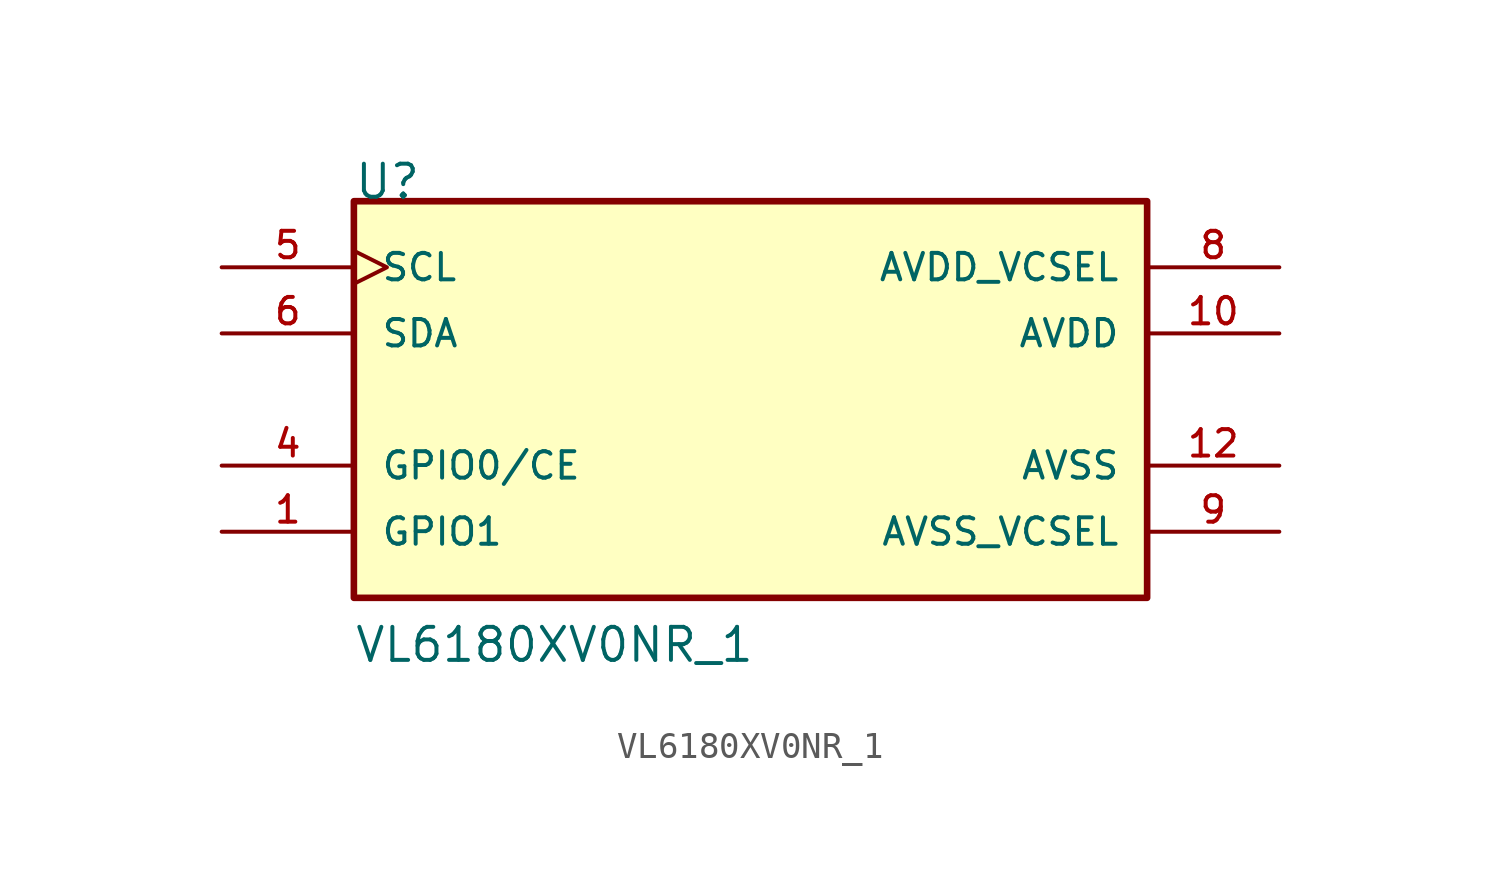
<source format=kicad_sym>
(kicad_symbol_lib
  (version 20220914)
  (generator kicad_symbol_editor)
  (symbol "VL6180XV0NR_1"
    (pin_names
      (offset 1.016))
    (property "Reference" "U"
      (at -15.257 7.628 0)
      (effects (font (size 1.27 1.27)) (justify left bottom)))
    (property "Value" "VL6180XV0NR_1"
      (at -15.252 -10.168 0)
      (effects (font (size 1.27 1.27)) (justify left bottom)))
    (symbol "VL6180XV0NR_1_0_0"
      (rectangle (start -15.24 -7.62) (end 15.24 7.62) (stroke (width 0.254) (type default)) (fill (type background)))
      (pin bidirectional line (at -20.32 -5.08 0) (length 5.08) (name "GPIO1" (effects (font (size 1.016 1.016)))) (number "1" (effects (font (size 1.016 1.016)))))
      (pin power_in line (at 20.32 2.54 180) (length 5.08) (name "AVDD" (effects (font (size 1.016 1.016)))) (number "10" (effects (font (size 1.016 1.016)))))
      (pin power_in line (at 20.32 -2.54 180) (length 5.08) (name "AVSS" (effects (font (size 1.016 1.016)))) (number "12" (effects (font (size 1.016 1.016)))))
      (pin bidirectional line (at -20.32 -2.54 0) (length 5.08) (name "GPIO0/CE" (effects (font (size 1.016 1.016)))) (number "4" (effects (font (size 1.016 1.016)))))
      (pin input clock (at -20.32 5.08 0) (length 5.08) (name "SCL" (effects (font (size 1.016 1.016)))) (number "5" (effects (font (size 1.016 1.016)))))
      (pin bidirectional line (at -20.32 2.54 0) (length 5.08) (name "SDA" (effects (font (size 1.016 1.016)))) (number "6" (effects (font (size 1.016 1.016)))))
      (pin power_in line (at 20.32 5.08 180) (length 5.08) (name "AVDD_VCSEL" (effects (font (size 1.016 1.016)))) (number "8" (effects (font (size 1.016 1.016)))))
      (pin power_in line (at 20.32 -5.08 180) (length 5.08) (name "AVSS_VCSEL" (effects (font (size 1.016 1.016)))) (number "9" (effects (font (size 1.016 1.016))))))))
</source>
